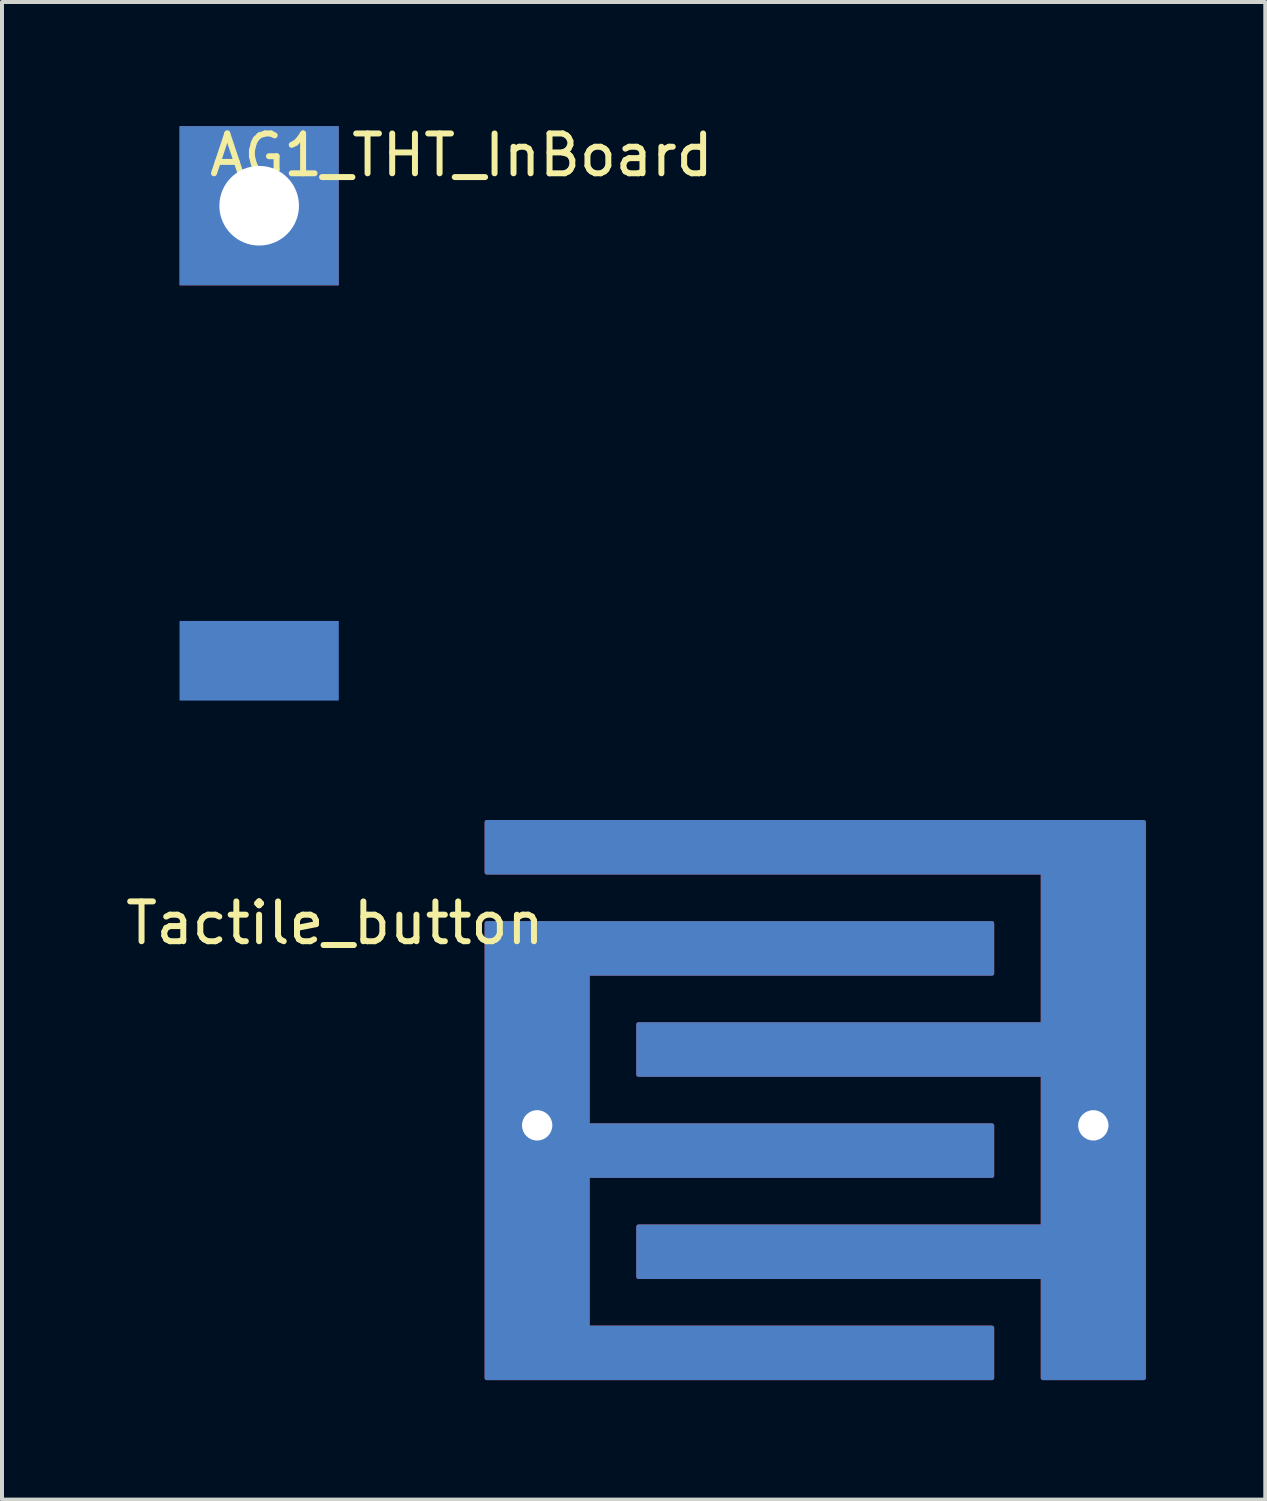
<source format=kicad_pcb>
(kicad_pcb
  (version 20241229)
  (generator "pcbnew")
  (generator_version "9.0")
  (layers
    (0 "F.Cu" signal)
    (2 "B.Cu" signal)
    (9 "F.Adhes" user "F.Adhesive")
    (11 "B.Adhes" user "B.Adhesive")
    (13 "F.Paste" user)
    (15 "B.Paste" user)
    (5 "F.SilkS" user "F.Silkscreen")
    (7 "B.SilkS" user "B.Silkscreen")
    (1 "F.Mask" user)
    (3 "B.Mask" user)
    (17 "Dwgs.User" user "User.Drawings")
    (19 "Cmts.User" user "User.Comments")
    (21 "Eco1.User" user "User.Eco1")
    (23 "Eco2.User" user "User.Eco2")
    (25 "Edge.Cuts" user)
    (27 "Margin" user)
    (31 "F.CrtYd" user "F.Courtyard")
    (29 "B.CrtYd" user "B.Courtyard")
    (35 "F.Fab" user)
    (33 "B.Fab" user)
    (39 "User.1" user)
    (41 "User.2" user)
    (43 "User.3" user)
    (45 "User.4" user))
  (footprint "AG1_THT_InBoard"
    (layer "F.Cu")
    (at 3.46 8.468)
    (property "Reference" "AG1_THT_InBoard" (at 5.08 -7.62 0) (layer "F.SilkS") (effects (font (size 1 1) (thickness 0.15))))
    (attr through_hole)
    (fp_circle (center 0 0) (end 3.4 0) (stroke (width 0.12) (type solid)) (fill no) (layer "Eco1.User"))
    (pad "1" thru_hole rect (at 0 -6.35) (size 4 4) (drill 2) (layers "*.Cu" "*.Mask"))
    (pad "2" smd rect (at 0 5.08) (size 4 2) (layers "F.Mask" "B.Cu" "F.Paste")))
  (footprint "Tactile_button"
    (layer "F.Cu")
    (at 10.443 25.218)
    (property "Reference" "Tactile_button" (at -5.08 -5.08 0) (layer "F.SilkS") (effects (font (size 1 1) (thickness 0.15))))
    (attr through_hole)
    (pad "1" thru_hole custom (at 0 0) (size 1.524 1.524) (drill 0.762) (layers "*.Cu" "*.Mask") (options (anchor circle)) (primitives (gr_poly (pts (xy 11.43 -3.81) (xy 1.27 -3.81) (xy 1.27 0) (xy 11.43 0) (xy 11.43 1.27) (xy 1.27 1.27) (xy 1.27 5.08) (xy 11.43 5.08) (xy 11.43 6.35) (xy -1.27 6.35) (xy -1.27 -5.08) (xy 11.43 -5.08)) (width 0.1) (fill yes))))
    (pad "2" thru_hole custom (at 13.97 0) (size 1.524 1.524) (drill 0.762) (layers "*.Cu" "*.Mask") (options (anchor circle)) (primitives (gr_poly (pts (xy 1.27 6.35) (xy -1.27 6.35) (xy -1.27 3.81) (xy -11.43 3.81) (xy -11.43 2.54) (xy -1.27 2.54) (xy -1.27 -1.27) (xy -11.43 -1.27) (xy -11.43 -2.54) (xy -1.27 -2.54) (xy -1.27 -6.35) (xy -15.24 -6.35) (xy -15.24 -7.62) (xy 1.27 -7.62)) (width 0.1) (fill yes)))))
  (gr_rect
    (start -3 -3)
    (end 28.733 34.618)
    (stroke (width 0.1) (type default))
    (fill no)
    (layer "Edge.Cuts")))
</source>
